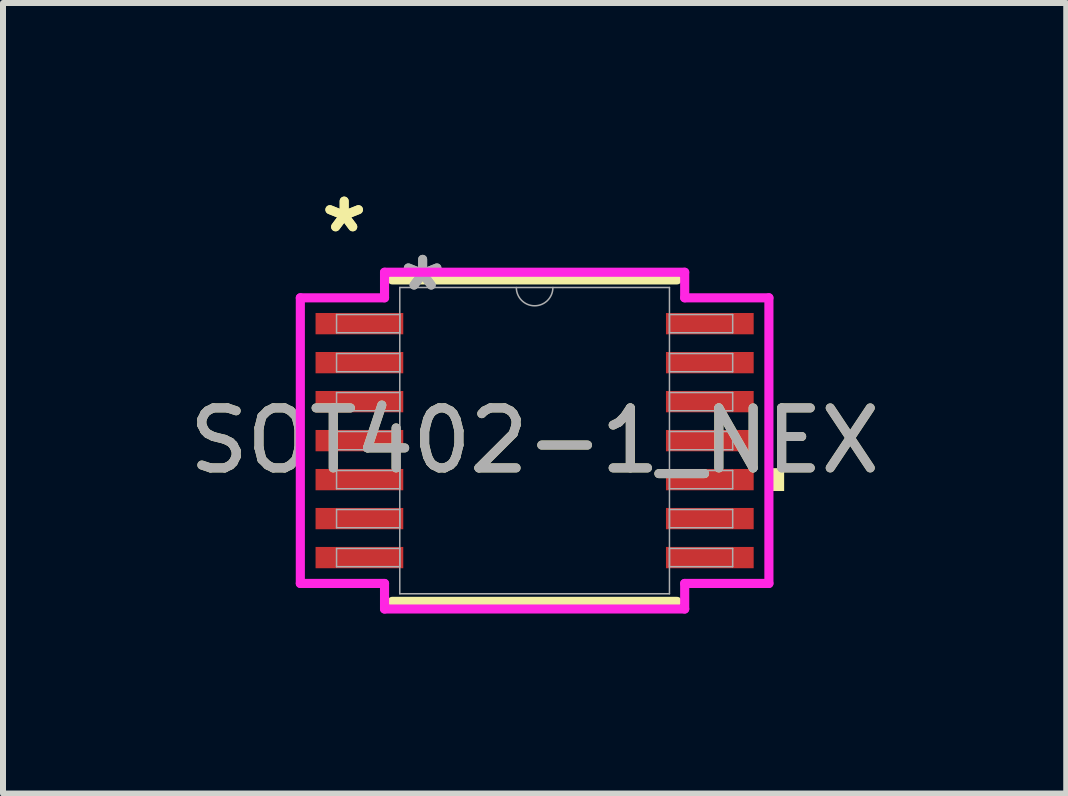
<source format=kicad_pcb>
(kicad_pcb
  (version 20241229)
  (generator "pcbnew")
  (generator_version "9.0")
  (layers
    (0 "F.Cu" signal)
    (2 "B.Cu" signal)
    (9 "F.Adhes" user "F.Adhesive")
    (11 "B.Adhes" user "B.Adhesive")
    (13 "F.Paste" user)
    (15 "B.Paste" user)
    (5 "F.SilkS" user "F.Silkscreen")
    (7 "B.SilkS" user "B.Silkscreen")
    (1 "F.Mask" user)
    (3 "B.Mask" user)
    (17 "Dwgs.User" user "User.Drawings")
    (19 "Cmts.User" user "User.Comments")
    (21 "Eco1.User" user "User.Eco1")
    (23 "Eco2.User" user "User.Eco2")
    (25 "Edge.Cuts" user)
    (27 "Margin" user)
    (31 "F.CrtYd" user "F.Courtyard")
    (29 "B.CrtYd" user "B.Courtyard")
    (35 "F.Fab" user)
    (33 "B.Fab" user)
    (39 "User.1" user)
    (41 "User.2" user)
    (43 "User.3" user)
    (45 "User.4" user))
  (footprint "SOT402-1_NEX"
    (layer "F.Cu")
    (at 5.863 4.296)
    (property "Reference" "SOT402-1_NEX" (at 0 0 0) (unlocked yes) (layer "F.SilkS") (effects (font (size 1 1) (thickness 0.15))))
    (attr smd)
    (fp_line (start -2.375 2.68) (end 2.375 2.68) (stroke (width 0.152) (type solid)) (layer "F.SilkS"))
    (fp_line (start 2.375 -2.68) (end -2.375 -2.68) (stroke (width 0.152) (type solid)) (layer "F.SilkS"))
    (fp_poly (pts (xy 4.16 0.459) (xy 4.16 0.84) (xy 3.906 0.84) (xy 3.906 0.459)) (stroke (width 0) (type solid)) (fill yes) (layer "F.SilkS"))
    (fp_line (start -3.906 -2.381) (end -2.502 -2.381) (stroke (width 0.152) (type solid)) (layer "F.CrtYd"))
    (fp_line (start -3.906 2.381) (end -3.906 -2.381) (stroke (width 0.152) (type solid)) (layer "F.CrtYd"))
    (fp_line (start -3.906 2.381) (end -2.502 2.381) (stroke (width 0.152) (type solid)) (layer "F.CrtYd"))
    (fp_line (start -2.502 -2.807) (end 2.502 -2.807) (stroke (width 0.152) (type solid)) (layer "F.CrtYd"))
    (fp_line (start -2.502 -2.381) (end -2.502 -2.807) (stroke (width 0.152) (type solid)) (layer "F.CrtYd"))
    (fp_line (start -2.502 2.807) (end -2.502 2.381) (stroke (width 0.152) (type solid)) (layer "F.CrtYd"))
    (fp_line (start 2.502 -2.807) (end 2.502 -2.381) (stroke (width 0.152) (type solid)) (layer "F.CrtYd"))
    (fp_line (start 2.502 2.381) (end 2.502 2.807) (stroke (width 0.152) (type solid)) (layer "F.CrtYd"))
    (fp_line (start 2.502 2.807) (end -2.502 2.807) (stroke (width 0.152) (type solid)) (layer "F.CrtYd"))
    (fp_line (start 3.906 -2.381) (end 2.502 -2.381) (stroke (width 0.152) (type solid)) (layer "F.CrtYd"))
    (fp_line (start 3.906 -2.381) (end 3.906 2.381) (stroke (width 0.152) (type solid)) (layer "F.CrtYd"))
    (fp_line (start 3.906 2.381) (end 2.502 2.381) (stroke (width 0.152) (type solid)) (layer "F.CrtYd"))
    (fp_line (start -3.302 -2.102) (end -3.302 -1.798) (stroke (width 0.025) (type solid)) (layer "F.Fab"))
    (fp_line (start -3.302 -1.798) (end -2.248 -1.798) (stroke (width 0.025) (type solid)) (layer "F.Fab"))
    (fp_line (start -3.302 -1.452) (end -3.302 -1.148) (stroke (width 0.025) (type solid)) (layer "F.Fab"))
    (fp_line (start -3.302 -1.148) (end -2.248 -1.148) (stroke (width 0.025) (type solid)) (layer "F.Fab"))
    (fp_line (start -3.302 -0.802) (end -3.302 -0.498) (stroke (width 0.025) (type solid)) (layer "F.Fab"))
    (fp_line (start -3.302 -0.498) (end -2.248 -0.498) (stroke (width 0.025) (type solid)) (layer "F.Fab"))
    (fp_line (start -3.302 -0.152) (end -3.302 0.152) (stroke (width 0.025) (type solid)) (layer "F.Fab"))
    (fp_line (start -3.302 0.152) (end -2.248 0.152) (stroke (width 0.025) (type solid)) (layer "F.Fab"))
    (fp_line (start -3.302 0.498) (end -3.302 0.802) (stroke (width 0.025) (type solid)) (layer "F.Fab"))
    (fp_line (start -3.302 0.802) (end -2.248 0.802) (stroke (width 0.025) (type solid)) (layer "F.Fab"))
    (fp_line (start -3.302 1.148) (end -3.302 1.452) (stroke (width 0.025) (type solid)) (layer "F.Fab"))
    (fp_line (start -3.302 1.452) (end -2.248 1.452) (stroke (width 0.025) (type solid)) (layer "F.Fab"))
    (fp_line (start -3.302 1.798) (end -3.302 2.102) (stroke (width 0.025) (type solid)) (layer "F.Fab"))
    (fp_line (start -3.302 2.102) (end -2.248 2.102) (stroke (width 0.025) (type solid)) (layer "F.Fab"))
    (fp_line (start -2.248 -2.553) (end -2.248 2.553) (stroke (width 0.025) (type solid)) (layer "F.Fab"))
    (fp_line (start -2.248 -2.102) (end -3.302 -2.102) (stroke (width 0.025) (type solid)) (layer "F.Fab"))
    (fp_line (start -2.248 -1.798) (end -2.248 -2.102) (stroke (width 0.025) (type solid)) (layer "F.Fab"))
    (fp_line (start -2.248 -1.452) (end -3.302 -1.452) (stroke (width 0.025) (type solid)) (layer "F.Fab"))
    (fp_line (start -2.248 -1.148) (end -2.248 -1.452) (stroke (width 0.025) (type solid)) (layer "F.Fab"))
    (fp_line (start -2.248 -0.802) (end -3.302 -0.802) (stroke (width 0.025) (type solid)) (layer "F.Fab"))
    (fp_line (start -2.248 -0.498) (end -2.248 -0.802) (stroke (width 0.025) (type solid)) (layer "F.Fab"))
    (fp_line (start -2.248 -0.152) (end -3.302 -0.152) (stroke (width 0.025) (type solid)) (layer "F.Fab"))
    (fp_line (start -2.248 0.152) (end -2.248 -0.152) (stroke (width 0.025) (type solid)) (layer "F.Fab"))
    (fp_line (start -2.248 0.498) (end -3.302 0.498) (stroke (width 0.025) (type solid)) (layer "F.Fab"))
    (fp_line (start -2.248 0.802) (end -2.248 0.498) (stroke (width 0.025) (type solid)) (layer "F.Fab"))
    (fp_line (start -2.248 1.148) (end -3.302 1.148) (stroke (width 0.025) (type solid)) (layer "F.Fab"))
    (fp_line (start -2.248 1.452) (end -2.248 1.148) (stroke (width 0.025) (type solid)) (layer "F.Fab"))
    (fp_line (start -2.248 1.798) (end -3.302 1.798) (stroke (width 0.025) (type solid)) (layer "F.Fab"))
    (fp_line (start -2.248 2.102) (end -2.248 1.798) (stroke (width 0.025) (type solid)) (layer "F.Fab"))
    (fp_line (start -2.248 2.553) (end 2.248 2.553) (stroke (width 0.025) (type solid)) (layer "F.Fab"))
    (fp_line (start 2.248 -2.553) (end -2.248 -2.553) (stroke (width 0.025) (type solid)) (layer "F.Fab"))
    (fp_line (start 2.248 -2.102) (end 2.248 -1.798) (stroke (width 0.025) (type solid)) (layer "F.Fab"))
    (fp_line (start 2.248 -1.798) (end 3.302 -1.798) (stroke (width 0.025) (type solid)) (layer "F.Fab"))
    (fp_line (start 2.248 -1.452) (end 2.248 -1.148) (stroke (width 0.025) (type solid)) (layer "F.Fab"))
    (fp_line (start 2.248 -1.148) (end 3.302 -1.148) (stroke (width 0.025) (type solid)) (layer "F.Fab"))
    (fp_line (start 2.248 -0.802) (end 2.248 -0.498) (stroke (width 0.025) (type solid)) (layer "F.Fab"))
    (fp_line (start 2.248 -0.498) (end 3.302 -0.498) (stroke (width 0.025) (type solid)) (layer "F.Fab"))
    (fp_line (start 2.248 -0.152) (end 2.248 0.152) (stroke (width 0.025) (type solid)) (layer "F.Fab"))
    (fp_line (start 2.248 0.152) (end 3.302 0.152) (stroke (width 0.025) (type solid)) (layer "F.Fab"))
    (fp_line (start 2.248 0.498) (end 2.248 0.802) (stroke (width 0.025) (type solid)) (layer "F.Fab"))
    (fp_line (start 2.248 0.802) (end 3.302 0.802) (stroke (width 0.025) (type solid)) (layer "F.Fab"))
    (fp_line (start 2.248 1.148) (end 2.248 1.452) (stroke (width 0.025) (type solid)) (layer "F.Fab"))
    (fp_line (start 2.248 1.452) (end 3.302 1.452) (stroke (width 0.025) (type solid)) (layer "F.Fab"))
    (fp_line (start 2.248 1.798) (end 2.248 2.102) (stroke (width 0.025) (type solid)) (layer "F.Fab"))
    (fp_line (start 2.248 2.102) (end 3.302 2.102) (stroke (width 0.025) (type solid)) (layer "F.Fab"))
    (fp_line (start 2.248 2.553) (end 2.248 -2.553) (stroke (width 0.025) (type solid)) (layer "F.Fab"))
    (fp_line (start 3.302 -2.102) (end 2.248 -2.102) (stroke (width 0.025) (type solid)) (layer "F.Fab"))
    (fp_line (start 3.302 -1.798) (end 3.302 -2.102) (stroke (width 0.025) (type solid)) (layer "F.Fab"))
    (fp_line (start 3.302 -1.452) (end 2.248 -1.452) (stroke (width 0.025) (type solid)) (layer "F.Fab"))
    (fp_line (start 3.302 -1.148) (end 3.302 -1.452) (stroke (width 0.025) (type solid)) (layer "F.Fab"))
    (fp_line (start 3.302 -0.802) (end 2.248 -0.802) (stroke (width 0.025) (type solid)) (layer "F.Fab"))
    (fp_line (start 3.302 -0.498) (end 3.302 -0.802) (stroke (width 0.025) (type solid)) (layer "F.Fab"))
    (fp_line (start 3.302 -0.152) (end 2.248 -0.152) (stroke (width 0.025) (type solid)) (layer "F.Fab"))
    (fp_line (start 3.302 0.152) (end 3.302 -0.152) (stroke (width 0.025) (type solid)) (layer "F.Fab"))
    (fp_line (start 3.302 0.498) (end 2.248 0.498) (stroke (width 0.025) (type solid)) (layer "F.Fab"))
    (fp_line (start 3.302 0.802) (end 3.302 0.498) (stroke (width 0.025) (type solid)) (layer "F.Fab"))
    (fp_line (start 3.302 1.148) (end 2.248 1.148) (stroke (width 0.025) (type solid)) (layer "F.Fab"))
    (fp_line (start 3.302 1.452) (end 3.302 1.148) (stroke (width 0.025) (type solid)) (layer "F.Fab"))
    (fp_line (start 3.302 1.798) (end 2.248 1.798) (stroke (width 0.025) (type solid)) (layer "F.Fab"))
    (fp_line (start 3.302 2.102) (end 3.302 1.798) (stroke (width 0.025) (type solid)) (layer "F.Fab"))
    (fp_arc (start 0.3048 -2.5527) (mid 0 -2.2479) (end -0.3048 -2.5527) (stroke (width 0.0254) (type solid)) (layer "F.Fab"))
    (fp_text user "*" (at -3.175 -3.448 0) (layer "F.SilkS") (effects (font (size 1 1) (thickness 0.15))))
    (fp_text user "*" (at -3.175 -3.448 0) (unlocked yes) (layer "F.SilkS") (effects (font (size 1 1) (thickness 0.15))))
    (fp_text user "*" (at -1.867 -2.477 0) (unlocked yes) (layer "F.Fab") (effects (font (size 1 1) (thickness 0.15))))
    (fp_text user "${REFERENCE}" (at 0 0 0) (unlocked yes) (layer "F.Fab") (effects (font (size 1 1) (thickness 0.15))))
    (fp_text user "*" (at -1.867 -2.477 0) (layer "F.Fab") (effects (font (size 1 1) (thickness 0.15))))
    (pad "1" smd rect (at -2.921 -1.95) (size 1.462 0.355) (layers "F.Cu" "F.Mask" "F.Paste"))
    (pad "2" smd rect (at -2.921 -1.3) (size 1.462 0.355) (layers "F.Cu" "F.Mask" "F.Paste"))
    (pad "3" smd rect (at -2.921 -0.65) (size 1.462 0.355) (layers "F.Cu" "F.Mask" "F.Paste"))
    (pad "4" smd rect (at -2.921 0) (size 1.462 0.355) (layers "F.Cu" "F.Mask" "F.Paste"))
    (pad "5" smd rect (at -2.921 0.65) (size 1.462 0.355) (layers "F.Cu" "F.Mask" "F.Paste"))
    (pad "6" smd rect (at -2.921 1.3) (size 1.462 0.355) (layers "F.Cu" "F.Mask" "F.Paste"))
    (pad "7" smd rect (at -2.921 1.95) (size 1.462 0.355) (layers "F.Cu" "F.Mask" "F.Paste"))
    (pad "8" smd rect (at 2.921 1.95) (size 1.462 0.355) (layers "F.Cu" "F.Mask" "F.Paste"))
    (pad "9" smd rect (at 2.921 1.3) (size 1.462 0.355) (layers "F.Cu" "F.Mask" "F.Paste"))
    (pad "10" smd rect (at 2.921 0.65) (size 1.462 0.355) (layers "F.Cu" "F.Mask" "F.Paste"))
    (pad "11" smd rect (at 2.921 0) (size 1.462 0.355) (layers "F.Cu" "F.Mask" "F.Paste"))
    (pad "12" smd rect (at 2.921 -0.65) (size 1.462 0.355) (layers "F.Cu" "F.Mask" "F.Paste"))
    (pad "13" smd rect (at 2.921 -1.3) (size 1.462 0.355) (layers "F.Cu" "F.Mask" "F.Paste"))
    (pad "14" smd rect (at 2.921 -1.95) (size 1.462 0.355) (layers "F.Cu" "F.Mask" "F.Paste")))
  (gr_rect
    (start -3 -3)
    (end 14.726 10.179)
    (stroke (width 0.1) (type default))
    (fill no)
    (layer "Edge.Cuts")))
</source>
